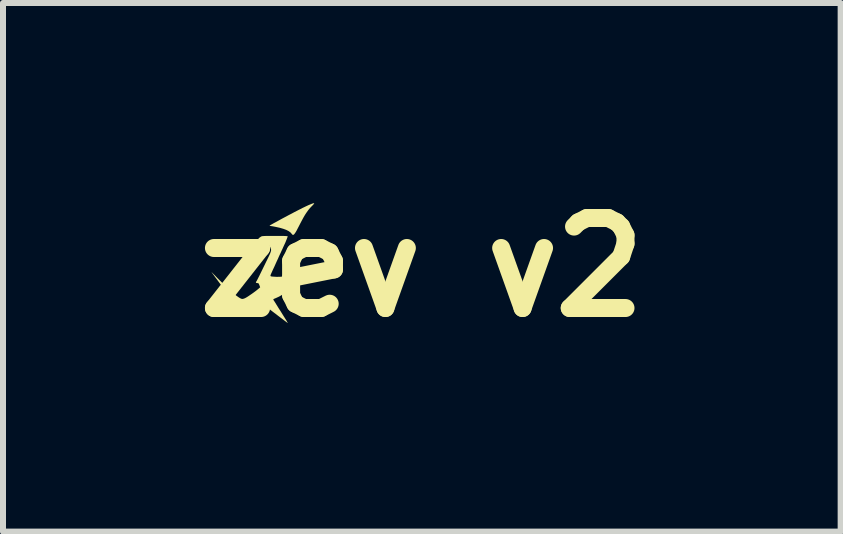
<source format=kicad_pcb>
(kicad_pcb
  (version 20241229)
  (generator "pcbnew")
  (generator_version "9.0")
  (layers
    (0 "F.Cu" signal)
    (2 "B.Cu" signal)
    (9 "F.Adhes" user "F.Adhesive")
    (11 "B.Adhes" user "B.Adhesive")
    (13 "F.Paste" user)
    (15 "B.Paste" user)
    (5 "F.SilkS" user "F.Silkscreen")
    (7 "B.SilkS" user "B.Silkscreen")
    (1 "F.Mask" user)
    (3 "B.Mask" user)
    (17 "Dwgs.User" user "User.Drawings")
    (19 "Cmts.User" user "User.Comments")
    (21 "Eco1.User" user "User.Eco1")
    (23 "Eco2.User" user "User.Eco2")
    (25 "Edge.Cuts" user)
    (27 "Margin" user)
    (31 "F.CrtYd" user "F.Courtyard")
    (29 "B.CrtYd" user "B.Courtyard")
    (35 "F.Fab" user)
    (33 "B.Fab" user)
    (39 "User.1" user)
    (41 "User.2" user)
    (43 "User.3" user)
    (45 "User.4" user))
  (footprint "zev v2"
    (layer "F.Cu")
    (at 3.979 1.404)
    (property "Reference" "zev v2" (at 0 0 0) (layer "F.SilkS") (effects (font (size 1.5 1.5) (thickness 0.3))))
    (attr board_only exclude_from_pos_files exclude_from_bom)
    (fp_poly (pts (xy -1.793 -1.063) (xy -1.797 -1.058) (xy -1.807 -1.047) (xy -1.821 -1.032) (xy -1.834 -1.019) (xy -1.858 -0.994) (xy -1.881 -0.968) (xy -1.902 -0.94) (xy -1.924 -0.909) (xy -1.947 -0.874) (xy -1.971 -0.833) (xy -1.997 -0.785) (xy -2.026 -0.73) (xy -2.046 -0.691) (xy -2.07 -0.645) (xy -2.089 -0.608) (xy -2.106 -0.58) (xy -2.12 -0.56) (xy -2.131 -0.547) (xy -2.141 -0.541) (xy -2.15 -0.54) (xy -2.159 -0.546) (xy -2.167 -0.556) (xy -2.169 -0.558) (xy -2.19 -0.582) (xy -2.219 -0.603) (xy -2.258 -0.623) (xy -2.307 -0.641) (xy -2.365 -0.658) (xy -2.379 -0.661) (xy -2.41 -0.668) (xy -2.443 -0.675) (xy -2.474 -0.681) (xy -2.491 -0.684) (xy -2.512 -0.687) (xy -2.528 -0.69) (xy -2.537 -0.693) (xy -2.538 -0.694) (xy -2.532 -0.698) (xy -2.518 -0.707) (xy -2.496 -0.719) (xy -2.468 -0.735) (xy -2.434 -0.753) (xy -2.396 -0.774) (xy -2.354 -0.797) (xy -2.31 -0.821) (xy -2.264 -0.845) (xy -2.218 -0.87) (xy -2.171 -0.894) (xy -2.127 -0.918) (xy -2.084 -0.94) (xy -2.045 -0.96) (xy -2.01 -0.977) (xy -1.99 -0.988) (xy -1.936 -1.014) (xy -1.891 -1.035) (xy -1.855 -1.05) (xy -1.828 -1.061) (xy -1.808 -1.067) (xy -1.797 -1.067)) (stroke (width 0) (type solid)) (fill yes) (layer "F.SilkS"))
    (fp_poly (pts (xy -2.394 -0.523) (xy -2.35 -0.523) (xy -2.315 -0.523) (xy -2.287 -0.522) (xy -2.267 -0.521) (xy -2.253 -0.52) (xy -2.243 -0.519) (xy -2.238 -0.518) (xy -2.236 -0.516) (xy -2.236 -0.515) (xy -2.238 -0.506) (xy -2.244 -0.49) (xy -2.252 -0.468) (xy -2.262 -0.444) (xy -2.272 -0.418) (xy -2.282 -0.396) (xy -2.292 -0.375) (xy -2.303 -0.351) (xy -2.309 -0.338) (xy -2.319 -0.315) (xy -2.331 -0.289) (xy -2.338 -0.275) (xy -2.348 -0.252) (xy -2.36 -0.226) (xy -2.367 -0.212) (xy -2.377 -0.19) (xy -2.388 -0.166) (xy -2.393 -0.153) (xy -2.418 -0.1) (xy -2.438 -0.055) (xy -2.455 -0.017) (xy -2.469 0.013) (xy -2.481 0.038) (xy -2.49 0.058) (xy -2.497 0.074) (xy -2.503 0.087) (xy -2.508 0.098) (xy -2.518 0.121) (xy -2.523 0.137) (xy -2.521 0.146) (xy -2.512 0.151) (xy -2.495 0.154) (xy -2.484 0.155) (xy -2.419 0.159) (xy -2.362 0.158) (xy -2.314 0.153) (xy -2.273 0.142) (xy -2.239 0.126) (xy -2.232 0.122) (xy -2.205 0.098) (xy -2.184 0.07) (xy -2.171 0.039) (xy -2.167 0.01) (xy -2.165 -0.006) (xy -2.16 -0.013) (xy -2.153 -0.011) (xy -2.145 0.001) (xy -2.135 0.02) (xy -2.132 0.029) (xy -2.127 0.047) (xy -2.124 0.073) (xy -2.121 0.102) (xy -2.12 0.133) (xy -2.119 0.162) (xy -2.12 0.189) (xy -2.123 0.208) (xy -2.125 0.215) (xy -2.137 0.237) (xy -2.153 0.254) (xy -2.166 0.262) (xy -2.175 0.269) (xy -2.178 0.275) (xy -2.181 0.286) (xy -2.189 0.304) (xy -2.201 0.325) (xy -2.216 0.348) (xy -2.232 0.37) (xy -2.245 0.387) (xy -2.281 0.423) (xy -2.327 0.458) (xy -2.379 0.488) (xy -2.436 0.514) (xy -2.446 0.518) (xy -2.465 0.526) (xy -2.474 0.533) (xy -2.475 0.54) (xy -2.469 0.549) (xy -2.464 0.557) (xy -2.454 0.572) (xy -2.442 0.591) (xy -2.436 0.6) (xy -2.425 0.619) (xy -2.409 0.644) (xy -2.391 0.674) (xy -2.371 0.705) (xy -2.354 0.731) (xy -2.322 0.783) (xy -2.295 0.826) (xy -2.273 0.861) (xy -2.256 0.888) (xy -2.245 0.908) (xy -2.237 0.921) (xy -2.235 0.927) (xy -2.235 0.928) (xy -2.24 0.925) (xy -2.252 0.916) (xy -2.272 0.901) (xy -2.297 0.882) (xy -2.327 0.859) (xy -2.362 0.833) (xy -2.4 0.804) (xy -2.441 0.772) (xy -2.447 0.768) (xy -2.489 0.736) (xy -2.528 0.706) (xy -2.564 0.678) (xy -2.596 0.654) (xy -2.623 0.633) (xy -2.645 0.617) (xy -2.659 0.605) (xy -2.667 0.6) (xy -2.667 0.6) (xy -2.673 0.596) (xy -2.68 0.595) (xy -2.691 0.596) (xy -2.707 0.598) (xy -2.731 0.604) (xy -2.739 0.605) (xy -2.768 0.612) (xy -2.799 0.618) (xy -2.827 0.624) (xy -2.841 0.627) (xy -2.866 0.633) (xy -2.897 0.643) (xy -2.932 0.655) (xy -2.968 0.669) (xy -3 0.683) (xy -3.008 0.686) (xy -3.021 0.691) (xy -3.031 0.694) (xy -3.031 0.694) (xy -3.04 0.696) (xy -3.046 0.699) (xy -3.054 0.703) (xy -3.07 0.71) (xy -3.092 0.719) (xy -3.118 0.729) (xy -3.13 0.734) (xy -3.157 0.745) (xy -3.181 0.754) (xy -3.2 0.762) (xy -3.212 0.767) (xy -3.214 0.769) (xy -3.225 0.773) (xy -3.229 0.774) (xy -3.238 0.776) (xy -3.251 0.781) (xy -3.252 0.782) (xy -3.287 0.797) (xy -3.323 0.811) (xy -3.332 0.814) (xy -3.345 0.819) (xy -3.349 0.819) (xy -3.347 0.815) (xy -3.346 0.813) (xy -3.339 0.806) (xy -3.325 0.795) (xy -3.308 0.781) (xy -3.299 0.773) (xy -3.276 0.755) (xy -3.253 0.737) (xy -3.233 0.72) (xy -3.229 0.716) (xy -3.212 0.702) (xy -3.19 0.684) (xy -3.166 0.664) (xy -3.152 0.652) (xy -3.13 0.632) (xy -3.116 0.618) (xy -3.11 0.61) (xy -3.111 0.607) (xy -3.117 0.598) (xy -3.129 0.582) (xy -3.146 0.56) (xy -3.167 0.533) (xy -3.191 0.501) (xy -3.217 0.465) (xy -3.246 0.427) (xy -3.276 0.387) (xy -3.307 0.346) (xy -3.338 0.305) (xy -3.368 0.265) (xy -3.397 0.226) (xy -3.424 0.19) (xy -3.448 0.158) (xy -3.469 0.129) (xy -3.486 0.107) (xy -3.498 0.09) (xy -3.505 0.08) (xy -3.507 0.078) (xy -3.503 0.081) (xy -3.493 0.091) (xy -3.478 0.106) (xy -3.459 0.125) (xy -3.436 0.148) (xy -3.431 0.154) (xy -3.369 0.216) (xy -3.314 0.27) (xy -3.265 0.318) (xy -3.221 0.36) (xy -3.182 0.396) (xy -3.147 0.427) (xy -3.115 0.453) (xy -3.086 0.476) (xy -3.059 0.495) (xy -3.057 0.497) (xy -3.031 0.513) (xy -3.011 0.523) (xy -2.995 0.527) (xy -2.979 0.526) (xy -2.961 0.52) (xy -2.95 0.516) (xy -2.929 0.505) (xy -2.901 0.488) (xy -2.87 0.467) (xy -2.836 0.444) (xy -2.801 0.419) (xy -2.767 0.394) (xy -2.737 0.37) (xy -2.712 0.349) (xy -2.694 0.333) (xy -2.707 0.298) (xy -2.714 0.28) (xy -2.72 0.27) (xy -2.726 0.265) (xy -2.736 0.263) (xy -2.742 0.263) (xy -2.757 0.26) (xy -2.764 0.256) (xy -2.765 0.251) (xy -2.763 0.242) (xy -2.76 0.239) (xy -2.759 0.238) (xy -2.756 0.233) (xy -2.751 0.225) (xy -2.745 0.213) (xy -2.736 0.196) (xy -2.725 0.174) (xy -2.711 0.147) (xy -2.694 0.112) (xy -2.674 0.071) (xy -2.65 0.022) (xy -2.622 -0.035) (xy -2.59 -0.101) (xy -2.579 -0.123) (xy -2.558 -0.166) (xy -2.541 -0.202) (xy -2.528 -0.23) (xy -2.52 -0.253) (xy -2.514 -0.271) (xy -2.512 -0.287) (xy -2.513 -0.301) (xy -2.517 -0.314) (xy -2.522 -0.328) (xy -2.527 -0.338) (xy -2.545 -0.367) (xy -2.569 -0.391) (xy -2.595 -0.406) (xy -2.606 -0.41) (xy -2.621 -0.413) (xy -2.636 -0.412) (xy -2.654 -0.408) (xy -2.665 -0.405) (xy -2.689 -0.397) (xy -2.713 -0.387) (xy -2.728 -0.379) (xy -2.743 -0.37) (xy -2.755 -0.364) (xy -2.76 -0.363) (xy -2.764 -0.368) (xy -2.765 -0.38) (xy -2.763 -0.396) (xy -2.759 -0.415) (xy -2.752 -0.433) (xy -2.752 -0.434) (xy -2.733 -0.466) (xy -2.707 -0.493) (xy -2.679 -0.512) (xy -2.673 -0.515) (xy -2.667 -0.517) (xy -2.659 -0.519) (xy -2.648 -0.52) (xy -2.633 -0.521) (xy -2.614 -0.522) (xy -2.588 -0.523) (xy -2.555 -0.523) (xy -2.514 -0.523) (xy -2.464 -0.523) (xy -2.447 -0.523)) (stroke (width 0) (type solid)) (fill yes) (layer "F.SilkS")))
  (gr_rect
    (start -3 -3)
    (end 10.957 5.808)
    (stroke (width 0.1) (type default))
    (fill no)
    (layer "Edge.Cuts")))
</source>
